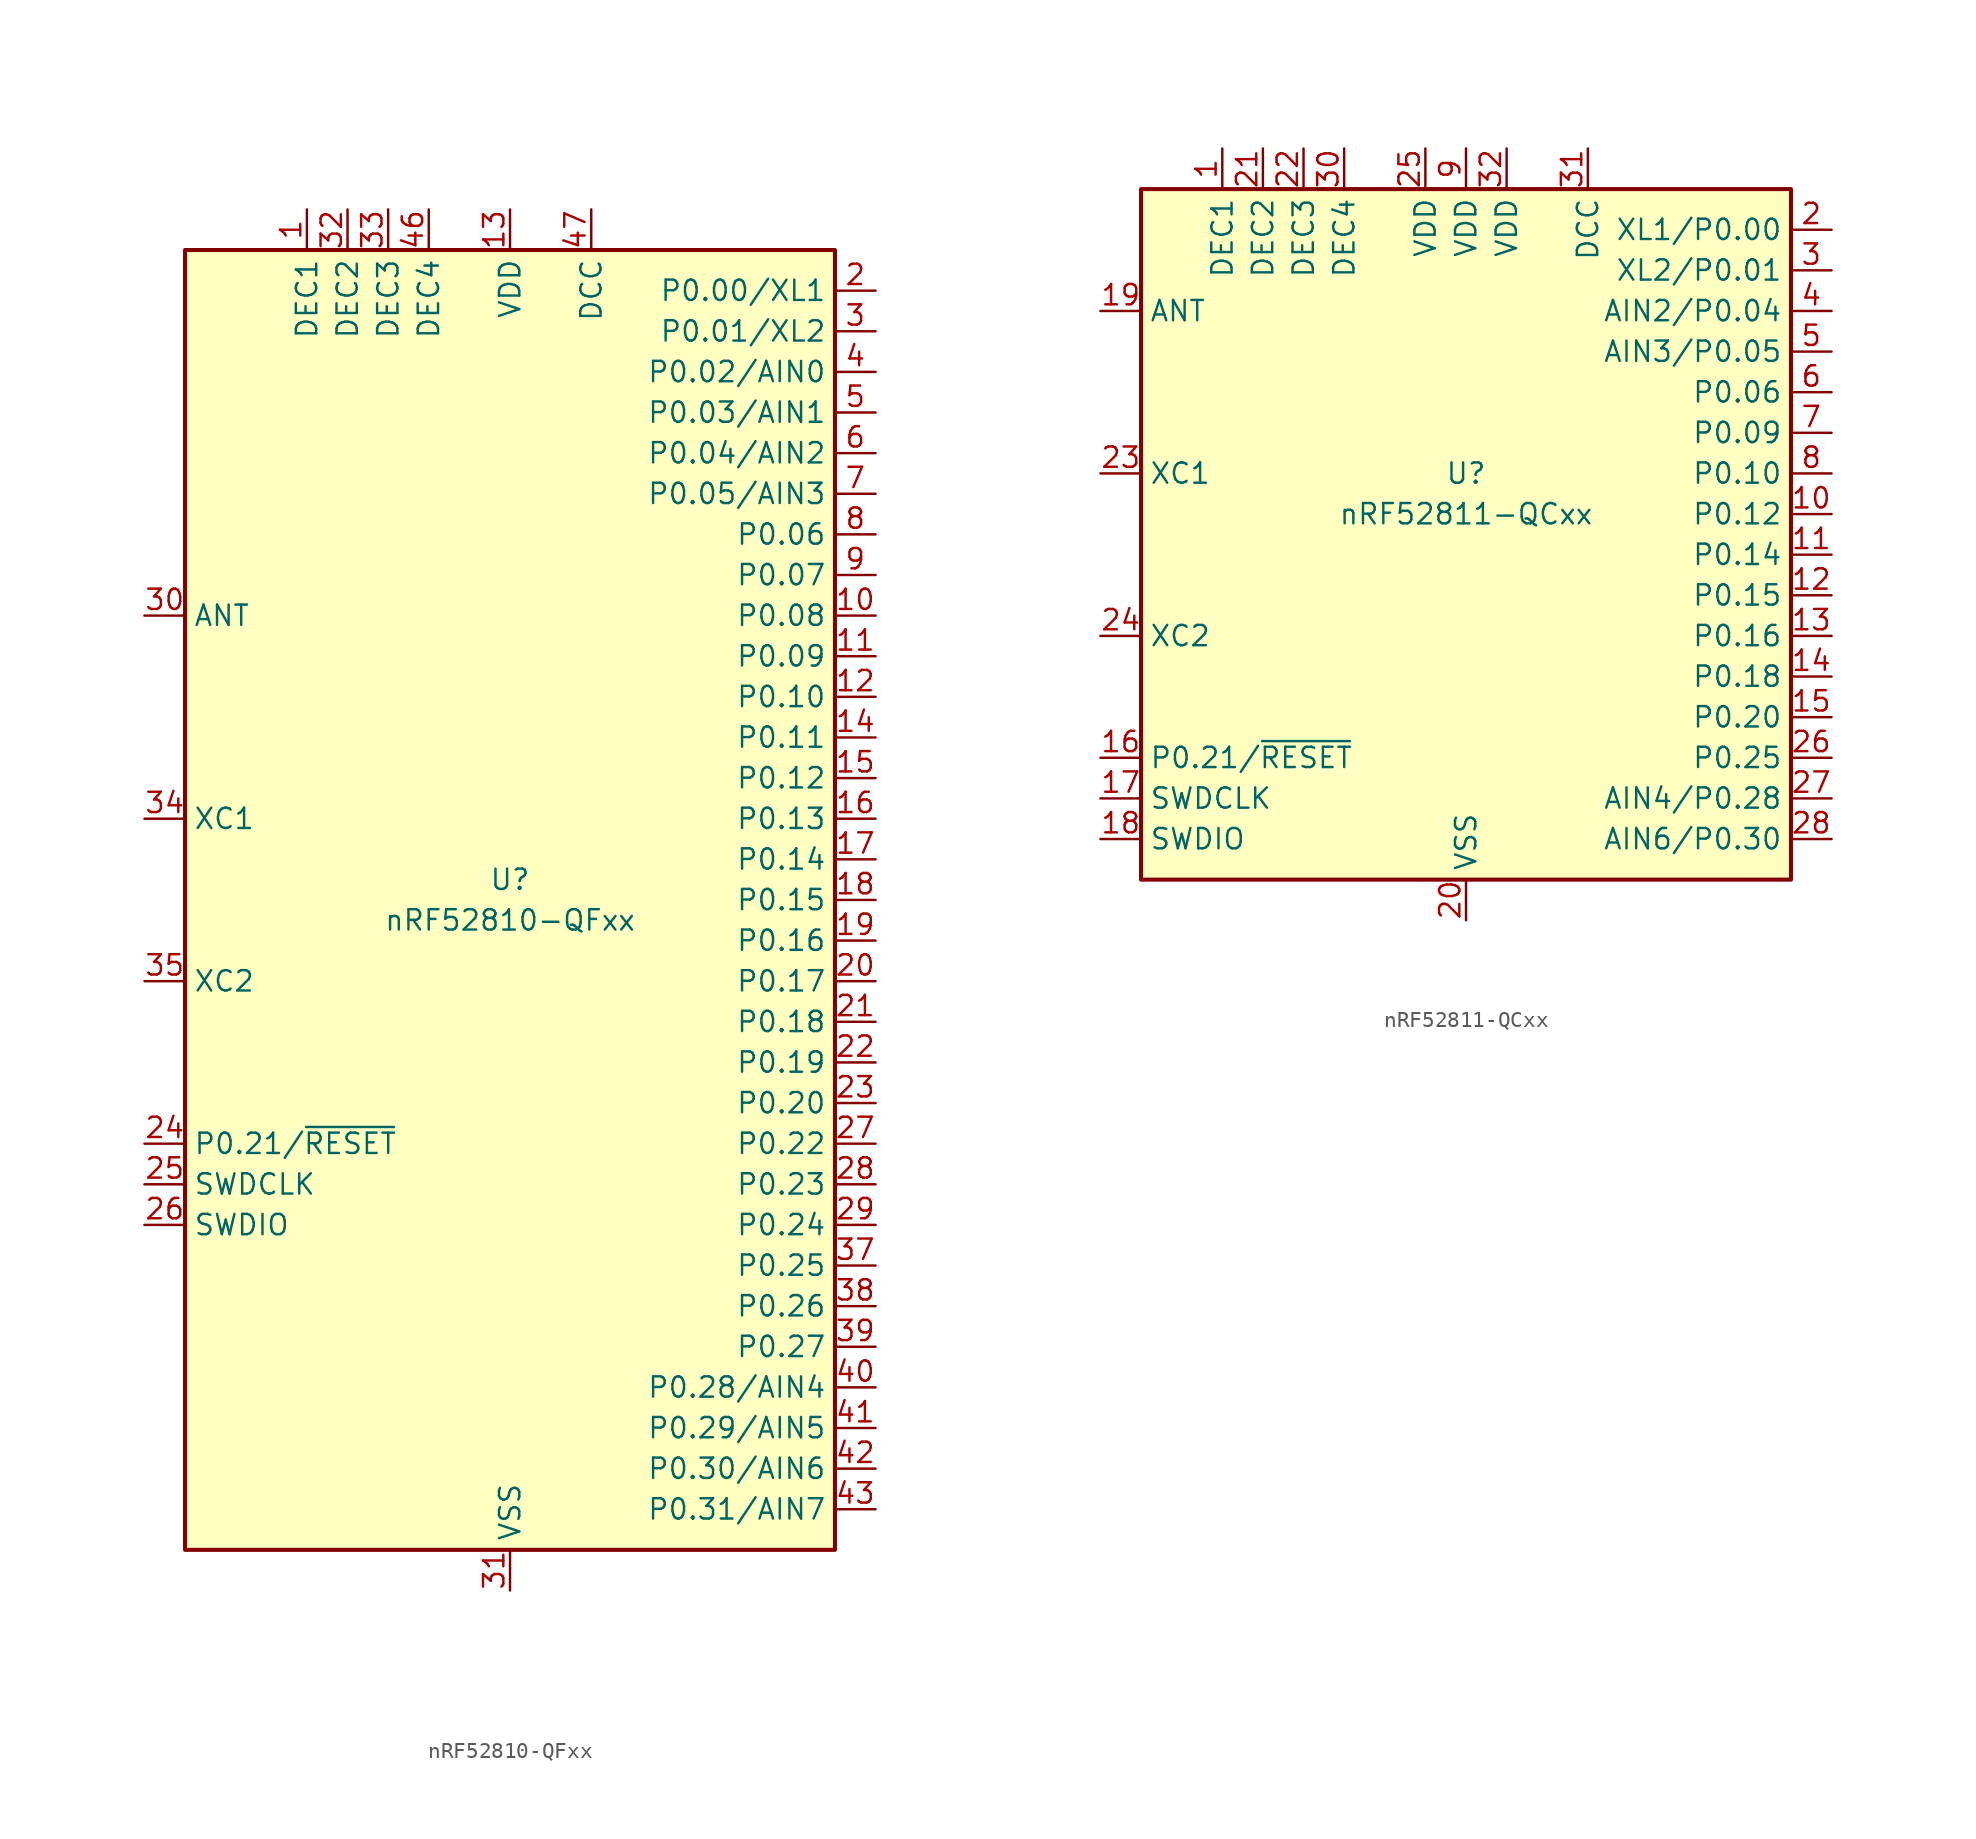
<source format=kicad_sym>
(kicad_symbol_lib
  (version 20241209)
  (generator "kicad_symbol_editor")
  (generator_version "9.0")
  (symbol "nRF52810-QFxx"
    (property "Reference" "U"
      (at 0 1.27 0)
      (effects (font (size 1.27 1.27))))
    (property "Value" "nRF52810-QFxx"
      (at 0 -1.27 0)
      (effects (font (size 1.27 1.27))))
    (symbol "nRF52810-QFxx_0_1"
      (rectangle (start -20.32 40.64) (end 20.32 -40.64) (stroke (width 0.254) (type default)) (fill (type background))))
    (symbol "nRF52810-QFxx_1_1"
      (pin passive line (at -22.86 17.78 0) (length 2.54) (name "ANT" (effects (font (size 1.27 1.27)))) (number "30" (effects (font (size 1.27 1.27)))))
      (pin input line (at -22.86 5.08 0) (length 2.54) (name "XC1" (effects (font (size 1.27 1.27)))) (number "34" (effects (font (size 1.27 1.27)))))
      (pin input line (at -22.86 -5.08 0) (length 2.54) (name "XC2" (effects (font (size 1.27 1.27)))) (number "35" (effects (font (size 1.27 1.27)))))
      (pin bidirectional line (at -22.86 -15.24 0) (length 2.54) (name "P0.21/~{RESET}" (effects (font (size 1.27 1.27)))) (number "24" (effects (font (size 1.27 1.27)))))
      (pin input line (at -22.86 -17.78 0) (length 2.54) (name "SWDCLK" (effects (font (size 1.27 1.27)))) (number "25" (effects (font (size 1.27 1.27)))))
      (pin bidirectional line (at -22.86 -20.32 0) (length 2.54) (name "SWDIO" (effects (font (size 1.27 1.27)))) (number "26" (effects (font (size 1.27 1.27)))))
      (pin no_connect line (at -20.32 -30.48 0) (length 2.54) (hide yes) (name "NC" (effects (font (size 1.27 1.27)))) (number "44" (effects (font (size 1.27 1.27)))))
      (pin passive line (at -12.7 43.18 270) (length 2.54) (name "DEC1" (effects (font (size 1.27 1.27)))) (number "1" (effects (font (size 1.27 1.27)))))
      (pin passive line (at -10.16 43.18 270) (length 2.54) (name "DEC2" (effects (font (size 1.27 1.27)))) (number "32" (effects (font (size 1.27 1.27)))))
      (pin passive line (at -7.62 43.18 270) (length 2.54) (name "DEC3" (effects (font (size 1.27 1.27)))) (number "33" (effects (font (size 1.27 1.27)))))
      (pin passive line (at -5.08 43.18 270) (length 2.54) (name "DEC4" (effects (font (size 1.27 1.27)))) (number "46" (effects (font (size 1.27 1.27)))))
      (pin power_in line (at 0 43.18 270) (length 2.54) (name "VDD" (effects (font (size 1.27 1.27)))) (number "13" (effects (font (size 1.27 1.27)))))
      (pin passive line (at 0 43.18 270) (length 2.54) (hide yes) (name "VDD" (effects (font (size 1.27 1.27)))) (number "36" (effects (font (size 1.27 1.27)))))
      (pin passive line (at 0 43.18 270) (length 2.54) (hide yes) (name "VDD" (effects (font (size 1.27 1.27)))) (number "48" (effects (font (size 1.27 1.27)))))
      (pin power_in line (at 0 -43.18 90) (length 2.54) (name "VSS" (effects (font (size 1.27 1.27)))) (number "31" (effects (font (size 1.27 1.27)))))
      (pin passive line (at 0 -43.18 90) (length 2.54) (hide yes) (name "VSS" (effects (font (size 1.27 1.27)))) (number "45" (effects (font (size 1.27 1.27)))))
      (pin passive line (at 0 -43.18 90) (length 2.54) (hide yes) (name "VSS" (effects (font (size 1.27 1.27)))) (number "49" (effects (font (size 1.27 1.27)))))
      (pin power_out line (at 5.08 43.18 270) (length 2.54) (name "DCC" (effects (font (size 1.27 1.27)))) (number "47" (effects (font (size 1.27 1.27)))))
      (pin bidirectional line (at 22.86 38.1 180) (length 2.54) (name "P0.00/XL1" (effects (font (size 1.27 1.27)))) (number "2" (effects (font (size 1.27 1.27)))))
      (pin bidirectional line (at 22.86 35.56 180) (length 2.54) (name "P0.01/XL2" (effects (font (size 1.27 1.27)))) (number "3" (effects (font (size 1.27 1.27)))))
      (pin bidirectional line (at 22.86 33.02 180) (length 2.54) (name "P0.02/AIN0" (effects (font (size 1.27 1.27)))) (number "4" (effects (font (size 1.27 1.27)))))
      (pin bidirectional line (at 22.86 30.48 180) (length 2.54) (name "P0.03/AIN1" (effects (font (size 1.27 1.27)))) (number "5" (effects (font (size 1.27 1.27)))))
      (pin bidirectional line (at 22.86 27.94 180) (length 2.54) (name "P0.04/AIN2" (effects (font (size 1.27 1.27)))) (number "6" (effects (font (size 1.27 1.27)))))
      (pin bidirectional line (at 22.86 25.4 180) (length 2.54) (name "P0.05/AIN3" (effects (font (size 1.27 1.27)))) (number "7" (effects (font (size 1.27 1.27)))))
      (pin bidirectional line (at 22.86 22.86 180) (length 2.54) (name "P0.06" (effects (font (size 1.27 1.27)))) (number "8" (effects (font (size 1.27 1.27)))))
      (pin bidirectional line (at 22.86 20.32 180) (length 2.54) (name "P0.07" (effects (font (size 1.27 1.27)))) (number "9" (effects (font (size 1.27 1.27)))))
      (pin bidirectional line (at 22.86 17.78 180) (length 2.54) (name "P0.08" (effects (font (size 1.27 1.27)))) (number "10" (effects (font (size 1.27 1.27)))))
      (pin bidirectional line (at 22.86 15.24 180) (length 2.54) (name "P0.09" (effects (font (size 1.27 1.27)))) (number "11" (effects (font (size 1.27 1.27)))))
      (pin bidirectional line (at 22.86 12.7 180) (length 2.54) (name "P0.10" (effects (font (size 1.27 1.27)))) (number "12" (effects (font (size 1.27 1.27)))))
      (pin bidirectional line (at 22.86 10.16 180) (length 2.54) (name "P0.11" (effects (font (size 1.27 1.27)))) (number "14" (effects (font (size 1.27 1.27)))))
      (pin bidirectional line (at 22.86 7.62 180) (length 2.54) (name "P0.12" (effects (font (size 1.27 1.27)))) (number "15" (effects (font (size 1.27 1.27)))))
      (pin bidirectional line (at 22.86 5.08 180) (length 2.54) (name "P0.13" (effects (font (size 1.27 1.27)))) (number "16" (effects (font (size 1.27 1.27)))))
      (pin bidirectional line (at 22.86 2.54 180) (length 2.54) (name "P0.14" (effects (font (size 1.27 1.27)))) (number "17" (effects (font (size 1.27 1.27)))))
      (pin bidirectional line (at 22.86 0 180) (length 2.54) (name "P0.15" (effects (font (size 1.27 1.27)))) (number "18" (effects (font (size 1.27 1.27)))))
      (pin bidirectional line (at 22.86 -2.54 180) (length 2.54) (name "P0.16" (effects (font (size 1.27 1.27)))) (number "19" (effects (font (size 1.27 1.27)))))
      (pin bidirectional line (at 22.86 -5.08 180) (length 2.54) (name "P0.17" (effects (font (size 1.27 1.27)))) (number "20" (effects (font (size 1.27 1.27)))))
      (pin bidirectional line (at 22.86 -7.62 180) (length 2.54) (name "P0.18" (effects (font (size 1.27 1.27)))) (number "21" (effects (font (size 1.27 1.27)))))
      (pin bidirectional line (at 22.86 -10.16 180) (length 2.54) (name "P0.19" (effects (font (size 1.27 1.27)))) (number "22" (effects (font (size 1.27 1.27)))))
      (pin bidirectional line (at 22.86 -12.7 180) (length 2.54) (name "P0.20" (effects (font (size 1.27 1.27)))) (number "23" (effects (font (size 1.27 1.27)))))
      (pin bidirectional line (at 22.86 -15.24 180) (length 2.54) (name "P0.22" (effects (font (size 1.27 1.27)))) (number "27" (effects (font (size 1.27 1.27)))))
      (pin bidirectional line (at 22.86 -17.78 180) (length 2.54) (name "P0.23" (effects (font (size 1.27 1.27)))) (number "28" (effects (font (size 1.27 1.27)))))
      (pin bidirectional line (at 22.86 -20.32 180) (length 2.54) (name "P0.24" (effects (font (size 1.27 1.27)))) (number "29" (effects (font (size 1.27 1.27)))))
      (pin bidirectional line (at 22.86 -22.86 180) (length 2.54) (name "P0.25" (effects (font (size 1.27 1.27)))) (number "37" (effects (font (size 1.27 1.27)))))
      (pin bidirectional line (at 22.86 -25.4 180) (length 2.54) (name "P0.26" (effects (font (size 1.27 1.27)))) (number "38" (effects (font (size 1.27 1.27)))))
      (pin bidirectional line (at 22.86 -27.94 180) (length 2.54) (name "P0.27" (effects (font (size 1.27 1.27)))) (number "39" (effects (font (size 1.27 1.27)))))
      (pin bidirectional line (at 22.86 -30.48 180) (length 2.54) (name "P0.28/AIN4" (effects (font (size 1.27 1.27)))) (number "40" (effects (font (size 1.27 1.27)))))
      (pin bidirectional line (at 22.86 -33.02 180) (length 2.54) (name "P0.29/AIN5" (effects (font (size 1.27 1.27)))) (number "41" (effects (font (size 1.27 1.27)))))
      (pin bidirectional line (at 22.86 -35.56 180) (length 2.54) (name "P0.30/AIN6" (effects (font (size 1.27 1.27)))) (number "42" (effects (font (size 1.27 1.27)))))
      (pin bidirectional line (at 22.86 -38.1 180) (length 2.54) (name "P0.31/AIN7" (effects (font (size 1.27 1.27)))) (number "43" (effects (font (size 1.27 1.27)))))))
  (symbol "nRF52811-QCxx"
    (property "Reference" "U"
      (at 0 5.08 0)
      (effects (font (size 1.27 1.27))))
    (property "Value" "nRF52811-QCxx"
      (at 0 2.54 0)
      (effects (font (size 1.27 1.27))))
    (symbol "nRF52811-QCxx_0_1"
      (rectangle (start -20.32 22.86) (end 20.32 -20.32) (stroke (width 0.254) (type default)) (fill (type background))))
    (symbol "nRF52811-QCxx_1_1"
      (pin passive line (at -22.86 15.24 0) (length 2.54) (name "ANT" (effects (font (size 1.27 1.27)))) (number "19" (effects (font (size 1.27 1.27)))))
      (pin input line (at -22.86 5.08 0) (length 2.54) (name "XC1" (effects (font (size 1.27 1.27)))) (number "23" (effects (font (size 1.27 1.27)))))
      (pin input line (at -22.86 -5.08 0) (length 2.54) (name "XC2" (effects (font (size 1.27 1.27)))) (number "24" (effects (font (size 1.27 1.27)))))
      (pin bidirectional line (at -22.86 -12.7 0) (length 2.54) (name "P0.21/~{RESET}" (effects (font (size 1.27 1.27)))) (number "16" (effects (font (size 1.27 1.27)))))
      (pin input line (at -22.86 -15.24 0) (length 2.54) (name "SWDCLK" (effects (font (size 1.27 1.27)))) (number "17" (effects (font (size 1.27 1.27)))))
      (pin bidirectional line (at -22.86 -17.78 0) (length 2.54) (name "SWDIO" (effects (font (size 1.27 1.27)))) (number "18" (effects (font (size 1.27 1.27)))))
      (pin passive line (at -15.24 25.4 270) (length 2.54) (name "DEC1" (effects (font (size 1.27 1.27)))) (number "1" (effects (font (size 1.27 1.27)))))
      (pin passive line (at -12.7 25.4 270) (length 2.54) (name "DEC2" (effects (font (size 1.27 1.27)))) (number "21" (effects (font (size 1.27 1.27)))))
      (pin passive line (at -10.16 25.4 270) (length 2.54) (name "DEC3" (effects (font (size 1.27 1.27)))) (number "22" (effects (font (size 1.27 1.27)))))
      (pin passive line (at -7.62 25.4 270) (length 2.54) (name "DEC4" (effects (font (size 1.27 1.27)))) (number "30" (effects (font (size 1.27 1.27)))))
      (pin power_in line (at -2.54 25.4 270) (length 2.54) (name "VDD" (effects (font (size 1.27 1.27)))) (number "25" (effects (font (size 1.27 1.27)))))
      (pin power_in line (at 0 25.4 270) (length 2.54) (name "VDD" (effects (font (size 1.27 1.27)))) (number "9" (effects (font (size 1.27 1.27)))))
      (pin power_in line (at 0 -22.86 90) (length 2.54) (name "VSS" (effects (font (size 1.27 1.27)))) (number "20" (effects (font (size 1.27 1.27)))))
      (pin passive line (at 0 -22.86 90) (length 2.54) (hide yes) (name "VSS" (effects (font (size 1.27 1.27)))) (number "29" (effects (font (size 1.27 1.27)))))
      (pin passive line (at 0 -22.86 90) (length 2.54) (hide yes) (name "VSS" (effects (font (size 1.27 1.27)))) (number "33" (effects (font (size 1.27 1.27)))))
      (pin power_in line (at 2.54 25.4 270) (length 2.54) (name "VDD" (effects (font (size 1.27 1.27)))) (number "32" (effects (font (size 1.27 1.27)))))
      (pin power_out line (at 7.62 25.4 270) (length 2.54) (name "DCC" (effects (font (size 1.27 1.27)))) (number "31" (effects (font (size 1.27 1.27)))))
      (pin bidirectional line (at 22.86 20.32 180) (length 2.54) (name "XL1/P0.00" (effects (font (size 1.27 1.27)))) (number "2" (effects (font (size 1.27 1.27)))))
      (pin bidirectional line (at 22.86 17.78 180) (length 2.54) (name "XL2/P0.01" (effects (font (size 1.27 1.27)))) (number "3" (effects (font (size 1.27 1.27)))))
      (pin bidirectional line (at 22.86 15.24 180) (length 2.54) (name "AIN2/P0.04" (effects (font (size 1.27 1.27)))) (number "4" (effects (font (size 1.27 1.27)))))
      (pin bidirectional line (at 22.86 12.7 180) (length 2.54) (name "AIN3/P0.05" (effects (font (size 1.27 1.27)))) (number "5" (effects (font (size 1.27 1.27)))))
      (pin bidirectional line (at 22.86 10.16 180) (length 2.54) (name "P0.06" (effects (font (size 1.27 1.27)))) (number "6" (effects (font (size 1.27 1.27)))))
      (pin bidirectional line (at 22.86 7.62 180) (length 2.54) (name "P0.09" (effects (font (size 1.27 1.27)))) (number "7" (effects (font (size 1.27 1.27)))))
      (pin bidirectional line (at 22.86 5.08 180) (length 2.54) (name "P0.10" (effects (font (size 1.27 1.27)))) (number "8" (effects (font (size 1.27 1.27)))))
      (pin bidirectional line (at 22.86 2.54 180) (length 2.54) (name "P0.12" (effects (font (size 1.27 1.27)))) (number "10" (effects (font (size 1.27 1.27)))))
      (pin bidirectional line (at 22.86 0 180) (length 2.54) (name "P0.14" (effects (font (size 1.27 1.27)))) (number "11" (effects (font (size 1.27 1.27)))))
      (pin bidirectional line (at 22.86 -2.54 180) (length 2.54) (name "P0.15" (effects (font (size 1.27 1.27)))) (number "12" (effects (font (size 1.27 1.27)))))
      (pin bidirectional line (at 22.86 -5.08 180) (length 2.54) (name "P0.16" (effects (font (size 1.27 1.27)))) (number "13" (effects (font (size 1.27 1.27)))))
      (pin bidirectional line (at 22.86 -7.62 180) (length 2.54) (name "P0.18" (effects (font (size 1.27 1.27)))) (number "14" (effects (font (size 1.27 1.27)))))
      (pin bidirectional line (at 22.86 -10.16 180) (length 2.54) (name "P0.20" (effects (font (size 1.27 1.27)))) (number "15" (effects (font (size 1.27 1.27)))))
      (pin bidirectional line (at 22.86 -12.7 180) (length 2.54) (name "P0.25" (effects (font (size 1.27 1.27)))) (number "26" (effects (font (size 1.27 1.27)))))
      (pin bidirectional line (at 22.86 -15.24 180) (length 2.54) (name "AIN4/P0.28" (effects (font (size 1.27 1.27)))) (number "27" (effects (font (size 1.27 1.27)))))
      (pin bidirectional line (at 22.86 -17.78 180) (length 2.54) (name "AIN6/P0.30" (effects (font (size 1.27 1.27)))) (number "28" (effects (font (size 1.27 1.27))))))))
</source>
